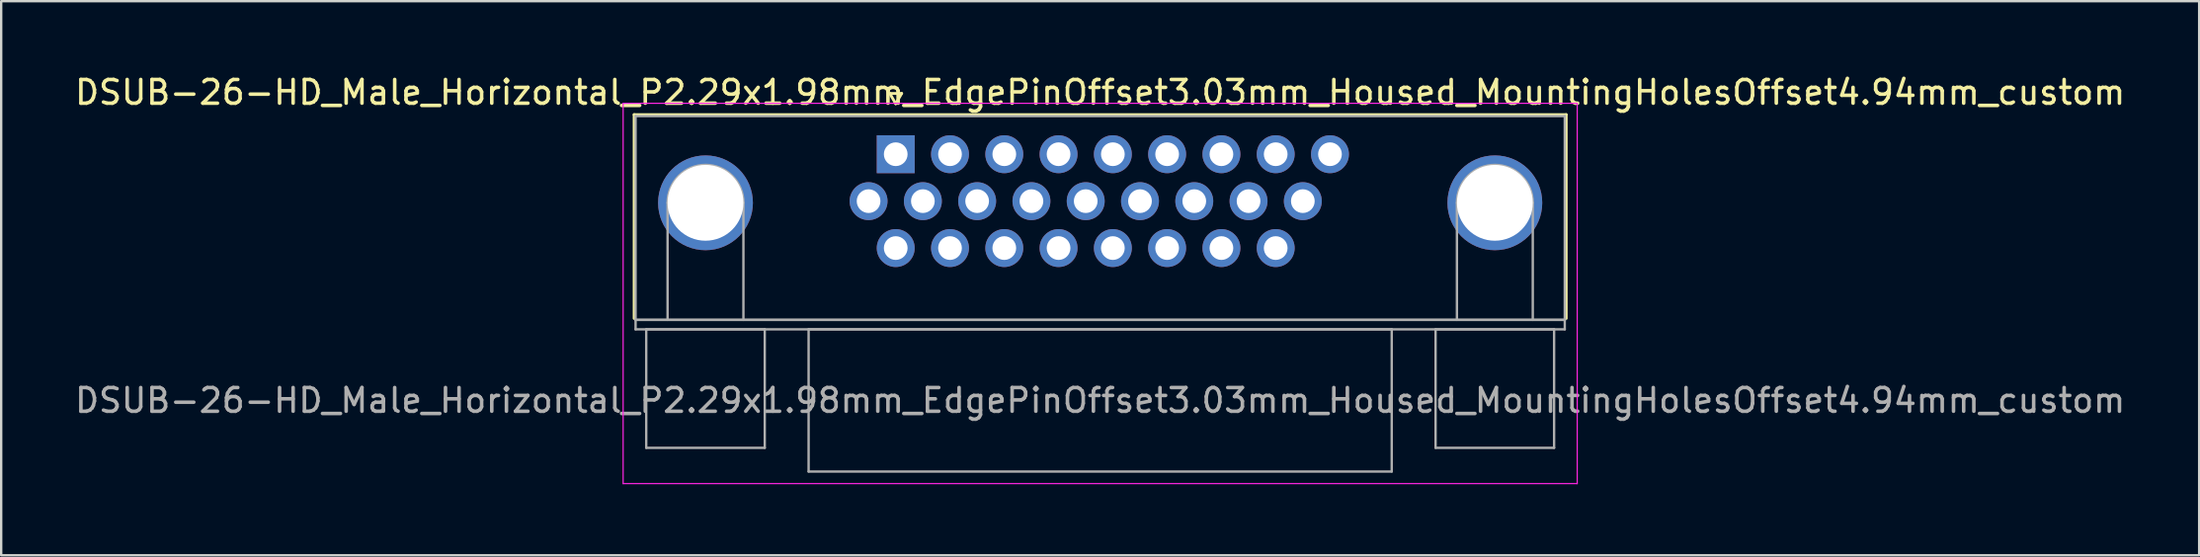
<source format=kicad_pcb>
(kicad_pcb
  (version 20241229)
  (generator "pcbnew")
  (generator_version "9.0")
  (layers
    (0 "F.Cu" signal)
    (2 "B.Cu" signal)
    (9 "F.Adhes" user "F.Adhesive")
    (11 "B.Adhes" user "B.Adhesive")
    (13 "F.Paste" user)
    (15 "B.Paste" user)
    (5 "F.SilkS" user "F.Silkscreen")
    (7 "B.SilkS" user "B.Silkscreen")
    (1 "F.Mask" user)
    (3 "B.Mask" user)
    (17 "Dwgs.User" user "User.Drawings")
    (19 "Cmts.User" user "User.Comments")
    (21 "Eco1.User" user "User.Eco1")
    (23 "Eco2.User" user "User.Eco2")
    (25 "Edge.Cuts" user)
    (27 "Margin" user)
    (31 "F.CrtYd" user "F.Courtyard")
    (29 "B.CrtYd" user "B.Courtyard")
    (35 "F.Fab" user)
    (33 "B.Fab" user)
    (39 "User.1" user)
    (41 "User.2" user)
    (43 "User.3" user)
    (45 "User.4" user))
  (footprint "DSUB-26-HD_Male_Horizontal_P2.29x1.98mm_EdgePinOffset3.03mm_Housed_MountingHolesOffset4.94mm_custom"
    (layer "F.Cu")
    (at 42.993 5.363)
    (property "Reference" "DSUB-26-HD_Male_Horizontal_P2.29x1.98mm_EdgePinOffset3.03mm_Housed_MountingHolesOffset4.94mm_custom" (at 0.37 -4.515 180) (layer "F.SilkS") (effects (font (size 1 1) (thickness 0.15))))
    (attr through_hole)
    (fp_line (start -19.29 -3.575) (end 20.03 -3.575) (stroke (width 0.12) (type solid)) (layer "F.SilkS"))
    (fp_line (start -19.29 5.025) (end -19.29 -3.575) (stroke (width 0.12) (type solid)) (layer "F.SilkS"))
    (fp_line (start -8.505 -4.469) (end -8.005 -4.469) (stroke (width 0.12) (type solid)) (layer "F.SilkS"))
    (fp_line (start -8.255 -4.036) (end -8.505 -4.469) (stroke (width 0.12) (type solid)) (layer "F.SilkS"))
    (fp_line (start -8.005 -4.469) (end -8.255 -4.036) (stroke (width 0.12) (type solid)) (layer "F.SilkS"))
    (fp_line (start 20.03 -3.575) (end 20.03 5.025) (stroke (width 0.12) (type solid)) (layer "F.SilkS"))
    (fp_line (start -19.755 -4.055) (end -19.755 11.995) (stroke (width 0.05) (type solid)) (layer "F.CrtYd"))
    (fp_line (start -19.755 11.995) (end 20.495 11.995) (stroke (width 0.05) (type solid)) (layer "F.CrtYd"))
    (fp_line (start 20.495 -4.055) (end -19.755 -4.055) (stroke (width 0.05) (type solid)) (layer "F.CrtYd"))
    (fp_line (start 20.495 11.995) (end 20.495 -4.055) (stroke (width 0.05) (type solid)) (layer "F.CrtYd"))
    (fp_line (start -19.23 -3.515) (end -19.23 5.085) (stroke (width 0.1) (type solid)) (layer "F.Fab"))
    (fp_line (start -19.23 5.085) (end -19.23 5.485) (stroke (width 0.1) (type solid)) (layer "F.Fab"))
    (fp_line (start -19.23 5.085) (end 19.97 5.085) (stroke (width 0.1) (type solid)) (layer "F.Fab"))
    (fp_line (start -19.23 5.485) (end 19.97 5.485) (stroke (width 0.1) (type solid)) (layer "F.Fab"))
    (fp_line (start -18.78 5.485) (end -18.78 10.485) (stroke (width 0.1) (type solid)) (layer "F.Fab"))
    (fp_line (start -18.78 10.485) (end -13.78 10.485) (stroke (width 0.1) (type solid)) (layer "F.Fab"))
    (fp_line (start -17.88 5.085) (end -17.88 0.145) (stroke (width 0.1) (type solid)) (layer "F.Fab"))
    (fp_line (start -14.68 5.085) (end -14.68 0.145) (stroke (width 0.1) (type solid)) (layer "F.Fab"))
    (fp_line (start -13.78 5.485) (end -18.78 5.485) (stroke (width 0.1) (type solid)) (layer "F.Fab"))
    (fp_line (start -13.78 10.485) (end -13.78 5.485) (stroke (width 0.1) (type solid)) (layer "F.Fab"))
    (fp_line (start -11.93 5.485) (end -11.93 11.485) (stroke (width 0.1) (type solid)) (layer "F.Fab"))
    (fp_line (start -11.93 11.485) (end 12.67 11.485) (stroke (width 0.1) (type solid)) (layer "F.Fab"))
    (fp_line (start 12.67 5.485) (end -11.93 5.485) (stroke (width 0.1) (type solid)) (layer "F.Fab"))
    (fp_line (start 12.67 11.485) (end 12.67 5.485) (stroke (width 0.1) (type solid)) (layer "F.Fab"))
    (fp_line (start 14.52 5.485) (end 14.52 10.485) (stroke (width 0.1) (type solid)) (layer "F.Fab"))
    (fp_line (start 14.52 10.485) (end 19.52 10.485) (stroke (width 0.1) (type solid)) (layer "F.Fab"))
    (fp_line (start 15.42 5.085) (end 15.42 0.145) (stroke (width 0.1) (type solid)) (layer "F.Fab"))
    (fp_line (start 18.62 5.085) (end 18.62 0.145) (stroke (width 0.1) (type solid)) (layer "F.Fab"))
    (fp_line (start 19.52 5.485) (end 14.52 5.485) (stroke (width 0.1) (type solid)) (layer "F.Fab"))
    (fp_line (start 19.52 10.485) (end 19.52 5.485) (stroke (width 0.1) (type solid)) (layer "F.Fab"))
    (fp_line (start 19.97 -3.515) (end -19.23 -3.515) (stroke (width 0.1) (type solid)) (layer "F.Fab"))
    (fp_line (start 19.97 5.085) (end -19.23 5.085) (stroke (width 0.1) (type solid)) (layer "F.Fab"))
    (fp_line (start 19.97 5.085) (end 19.97 -3.515) (stroke (width 0.1) (type solid)) (layer "F.Fab"))
    (fp_line (start 19.97 5.485) (end 19.97 5.085) (stroke (width 0.1) (type solid)) (layer "F.Fab"))
    (fp_arc (start -17.88 0.145) (mid -16.28 -1.455) (end -14.68 0.145) (stroke (width 0.1) (type solid)) (layer "F.Fab"))
    (fp_arc (start 15.42 0.145) (mid 17.02 -1.455) (end 18.62 0.145) (stroke (width 0.1) (type solid)) (layer "F.Fab"))
    (fp_text user "${REFERENCE}" (at 0.37 8.485 180) (layer "F.Fab") (effects (font (size 1 1) (thickness 0.15))))
    (pad "0" thru_hole circle (at -16.28 0.145) (size 4 4) (drill 3.2) (layers "*.Cu" "*.Mask"))
    (pad "0" thru_hole circle (at 17.02 0.145) (size 4 4) (drill 3.2) (layers "*.Cu" "*.Mask"))
    (pad "1" thru_hole rect (at -8.255 -1.905) (size 1.6 1.6) (drill 1) (layers "*.Cu" "*.Mask"))
    (pad "2" thru_hole circle (at -5.965 -1.905) (size 1.6 1.6) (drill 1) (layers "*.Cu" "*.Mask"))
    (pad "3" thru_hole circle (at -3.675 -1.905) (size 1.6 1.6) (drill 1) (layers "*.Cu" "*.Mask"))
    (pad "4" thru_hole circle (at -1.385 -1.905) (size 1.6 1.6) (drill 1) (layers "*.Cu" "*.Mask"))
    (pad "5" thru_hole circle (at 0.905 -1.905) (size 1.6 1.6) (drill 1) (layers "*.Cu" "*.Mask"))
    (pad "6" thru_hole circle (at 3.195 -1.905) (size 1.6 1.6) (drill 1) (layers "*.Cu" "*.Mask"))
    (pad "7" thru_hole circle (at 5.485 -1.905) (size 1.6 1.6) (drill 1) (layers "*.Cu" "*.Mask"))
    (pad "8" thru_hole circle (at 7.775 -1.905) (size 1.6 1.6) (drill 1) (layers "*.Cu" "*.Mask"))
    (pad "9" thru_hole circle (at 10.065 -1.905) (size 1.6 1.6) (drill 1) (layers "*.Cu" "*.Mask"))
    (pad "10" thru_hole circle (at -9.4 0.075) (size 1.6 1.6) (drill 1) (layers "*.Cu" "*.Mask"))
    (pad "11" thru_hole circle (at -7.11 0.075) (size 1.6 1.6) (drill 1) (layers "*.Cu" "*.Mask"))
    (pad "12" thru_hole circle (at -4.82 0.075) (size 1.6 1.6) (drill 1) (layers "*.Cu" "*.Mask"))
    (pad "13" thru_hole circle (at -2.53 0.075) (size 1.6 1.6) (drill 1) (layers "*.Cu" "*.Mask"))
    (pad "14" thru_hole circle (at -0.24 0.075) (size 1.6 1.6) (drill 1) (layers "*.Cu" "*.Mask"))
    (pad "15" thru_hole circle (at 2.05 0.075) (size 1.6 1.6) (drill 1) (layers "*.Cu" "*.Mask"))
    (pad "16" thru_hole circle (at 4.34 0.075) (size 1.6 1.6) (drill 1) (layers "*.Cu" "*.Mask"))
    (pad "17" thru_hole circle (at 6.63 0.075) (size 1.6 1.6) (drill 1) (layers "*.Cu" "*.Mask"))
    (pad "18" thru_hole circle (at 8.92 0.075) (size 1.6 1.6) (drill 1) (layers "*.Cu" "*.Mask"))
    (pad "19" thru_hole circle (at -8.255 2.055) (size 1.6 1.6) (drill 1) (layers "*.Cu" "*.Mask"))
    (pad "20" thru_hole circle (at -5.965 2.055) (size 1.6 1.6) (drill 1) (layers "*.Cu" "*.Mask"))
    (pad "21" thru_hole circle (at -3.675 2.055) (size 1.6 1.6) (drill 1) (layers "*.Cu" "*.Mask"))
    (pad "22" thru_hole circle (at -1.385 2.055) (size 1.6 1.6) (drill 1) (layers "*.Cu" "*.Mask"))
    (pad "23" thru_hole circle (at 0.905 2.055) (size 1.6 1.6) (drill 1) (layers "*.Cu" "*.Mask"))
    (pad "24" thru_hole circle (at 3.195 2.055) (size 1.6 1.6) (drill 1) (layers "*.Cu" "*.Mask"))
    (pad "25" thru_hole circle (at 5.485 2.055) (size 1.6 1.6) (drill 1) (layers "*.Cu" "*.Mask"))
    (pad "26" thru_hole circle (at 7.775 2.055) (size 1.6 1.6) (drill 1) (layers "*.Cu" "*.Mask")))
  (gr_rect
    (start -3 -3)
    (end 89.726 20.383)
    (stroke (width 0.1) (type default))
    (fill no)
    (layer "Edge.Cuts")))
</source>
